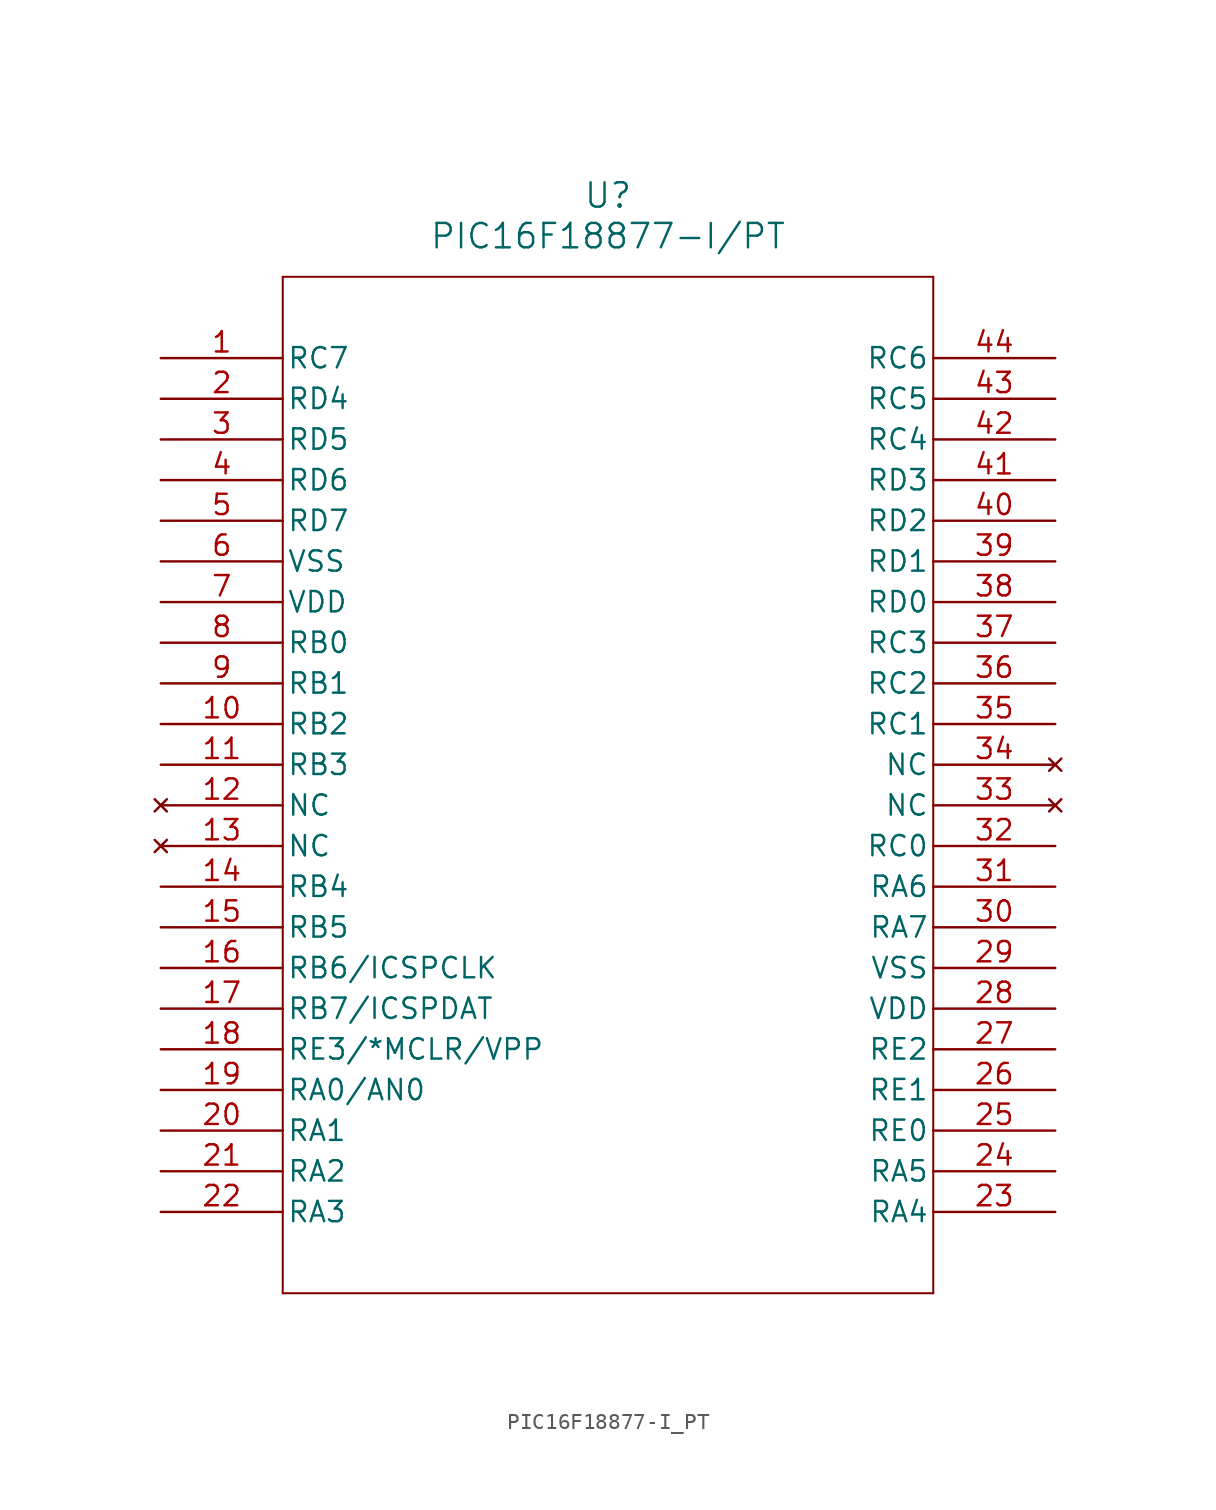
<source format=kicad_sym>
(kicad_symbol_lib
  (version 20211014)
  (generator kicad_symbol_editor)
  (symbol "PIC16F18877-I_PT"
    (pin_names
      (offset 0.254))
    (property "Reference" "U"
      (at 27.94 10.16 0)
      (effects (font (size 1.524 1.524))))
    (property "Value" "PIC16F18877-I/PT"
      (at 27.94 7.62 0)
      (effects (font (size 1.524 1.524))))
    (symbol "PIC16F18877-I_PT_0_1"
      (polyline (pts (xy 7.62 5.08) (xy 7.62 -58.42)) (stroke (width 0.127) (type default) (color 0 0 0 0)) (fill (type none)))
      (polyline (pts (xy 7.62 -58.42) (xy 48.26 -58.42)) (stroke (width 0.127) (type default) (color 0 0 0 0)) (fill (type none)))
      (polyline (pts (xy 48.26 -58.42) (xy 48.26 5.08)) (stroke (width 0.127) (type default) (color 0 0 0 0)) (fill (type none)))
      (polyline (pts (xy 48.26 5.08) (xy 7.62 5.08)) (stroke (width 0.127) (type default) (color 0 0 0 0)) (fill (type none)))
      (pin bidirectional line (at 0 0 0) (length 7.62) (name "RC7" (effects (font (size 1.27 1.27)))) (number "1" (effects (font (size 1.27 1.27)))))
      (pin bidirectional line (at 0 -2.54 0) (length 7.62) (name "RD4" (effects (font (size 1.27 1.27)))) (number "2" (effects (font (size 1.27 1.27)))))
      (pin bidirectional line (at 0 -5.08 0) (length 7.62) (name "RD5" (effects (font (size 1.27 1.27)))) (number "3" (effects (font (size 1.27 1.27)))))
      (pin bidirectional line (at 0 -7.62 0) (length 7.62) (name "RD6" (effects (font (size 1.27 1.27)))) (number "4" (effects (font (size 1.27 1.27)))))
      (pin bidirectional line (at 0 -10.16 0) (length 7.62) (name "RD7" (effects (font (size 1.27 1.27)))) (number "5" (effects (font (size 1.27 1.27)))))
      (pin power_out line (at 0 -12.7 0) (length 7.62) (name "VSS" (effects (font (size 1.27 1.27)))) (number "6" (effects (font (size 1.27 1.27)))))
      (pin power_in line (at 0 -15.24 0) (length 7.62) (name "VDD" (effects (font (size 1.27 1.27)))) (number "7" (effects (font (size 1.27 1.27)))))
      (pin bidirectional line (at 0 -17.78 0) (length 7.62) (name "RB0" (effects (font (size 1.27 1.27)))) (number "8" (effects (font (size 1.27 1.27)))))
      (pin bidirectional line (at 0 -20.32 0) (length 7.62) (name "RB1" (effects (font (size 1.27 1.27)))) (number "9" (effects (font (size 1.27 1.27)))))
      (pin bidirectional line (at 0 -22.86 0) (length 7.62) (name "RB2" (effects (font (size 1.27 1.27)))) (number "10" (effects (font (size 1.27 1.27)))))
      (pin bidirectional line (at 0 -25.4 0) (length 7.62) (name "RB3" (effects (font (size 1.27 1.27)))) (number "11" (effects (font (size 1.27 1.27)))))
      (pin no_connect line (at 0 -27.94 0) (length 7.62) (name "NC" (effects (font (size 1.27 1.27)))) (number "12" (effects (font (size 1.27 1.27)))))
      (pin no_connect line (at 0 -30.48 0) (length 7.62) (name "NC" (effects (font (size 1.27 1.27)))) (number "13" (effects (font (size 1.27 1.27)))))
      (pin bidirectional line (at 0 -33.02 0) (length 7.62) (name "RB4" (effects (font (size 1.27 1.27)))) (number "14" (effects (font (size 1.27 1.27)))))
      (pin bidirectional line (at 0 -35.56 0) (length 7.62) (name "RB5" (effects (font (size 1.27 1.27)))) (number "15" (effects (font (size 1.27 1.27)))))
      (pin bidirectional line (at 0 -38.1 0) (length 7.62) (name "RB6/ICSPCLK" (effects (font (size 1.27 1.27)))) (number "16" (effects (font (size 1.27 1.27)))))
      (pin bidirectional line (at 0 -40.64 0) (length 7.62) (name "RB7/ICSPDAT" (effects (font (size 1.27 1.27)))) (number "17" (effects (font (size 1.27 1.27)))))
      (pin bidirectional line (at 0 -43.18 0) (length 7.62) (name "RE3/*MCLR/VPP" (effects (font (size 1.27 1.27)))) (number "18" (effects (font (size 1.27 1.27)))))
      (pin bidirectional line (at 0 -45.72 0) (length 7.62) (name "RA0/AN0" (effects (font (size 1.27 1.27)))) (number "19" (effects (font (size 1.27 1.27)))))
      (pin bidirectional line (at 0 -48.26 0) (length 7.62) (name "RA1" (effects (font (size 1.27 1.27)))) (number "20" (effects (font (size 1.27 1.27)))))
      (pin bidirectional line (at 0 -50.8 0) (length 7.62) (name "RA2" (effects (font (size 1.27 1.27)))) (number "21" (effects (font (size 1.27 1.27)))))
      (pin bidirectional line (at 0 -53.34 0) (length 7.62) (name "RA3" (effects (font (size 1.27 1.27)))) (number "22" (effects (font (size 1.27 1.27)))))
      (pin bidirectional line (at 55.88 -53.34 180) (length 7.62) (name "RA4" (effects (font (size 1.27 1.27)))) (number "23" (effects (font (size 1.27 1.27)))))
      (pin bidirectional line (at 55.88 -50.8 180) (length 7.62) (name "RA5" (effects (font (size 1.27 1.27)))) (number "24" (effects (font (size 1.27 1.27)))))
      (pin bidirectional line (at 55.88 -48.26 180) (length 7.62) (name "RE0" (effects (font (size 1.27 1.27)))) (number "25" (effects (font (size 1.27 1.27)))))
      (pin bidirectional line (at 55.88 -45.72 180) (length 7.62) (name "RE1" (effects (font (size 1.27 1.27)))) (number "26" (effects (font (size 1.27 1.27)))))
      (pin bidirectional line (at 55.88 -43.18 180) (length 7.62) (name "RE2" (effects (font (size 1.27 1.27)))) (number "27" (effects (font (size 1.27 1.27)))))
      (pin power_in line (at 55.88 -40.64 180) (length 7.62) (name "VDD" (effects (font (size 1.27 1.27)))) (number "28" (effects (font (size 1.27 1.27)))))
      (pin power_out line (at 55.88 -38.1 180) (length 7.62) (name "VSS" (effects (font (size 1.27 1.27)))) (number "29" (effects (font (size 1.27 1.27)))))
      (pin bidirectional line (at 55.88 -35.56 180) (length 7.62) (name "RA7" (effects (font (size 1.27 1.27)))) (number "30" (effects (font (size 1.27 1.27)))))
      (pin bidirectional line (at 55.88 -33.02 180) (length 7.62) (name "RA6" (effects (font (size 1.27 1.27)))) (number "31" (effects (font (size 1.27 1.27)))))
      (pin bidirectional line (at 55.88 -30.48 180) (length 7.62) (name "RC0" (effects (font (size 1.27 1.27)))) (number "32" (effects (font (size 1.27 1.27)))))
      (pin no_connect line (at 55.88 -27.94 180) (length 7.62) (name "NC" (effects (font (size 1.27 1.27)))) (number "33" (effects (font (size 1.27 1.27)))))
      (pin no_connect line (at 55.88 -25.4 180) (length 7.62) (name "NC" (effects (font (size 1.27 1.27)))) (number "34" (effects (font (size 1.27 1.27)))))
      (pin bidirectional line (at 55.88 -22.86 180) (length 7.62) (name "RC1" (effects (font (size 1.27 1.27)))) (number "35" (effects (font (size 1.27 1.27)))))
      (pin bidirectional line (at 55.88 -20.32 180) (length 7.62) (name "RC2" (effects (font (size 1.27 1.27)))) (number "36" (effects (font (size 1.27 1.27)))))
      (pin bidirectional line (at 55.88 -17.78 180) (length 7.62) (name "RC3" (effects (font (size 1.27 1.27)))) (number "37" (effects (font (size 1.27 1.27)))))
      (pin bidirectional line (at 55.88 -15.24 180) (length 7.62) (name "RD0" (effects (font (size 1.27 1.27)))) (number "38" (effects (font (size 1.27 1.27)))))
      (pin bidirectional line (at 55.88 -12.7 180) (length 7.62) (name "RD1" (effects (font (size 1.27 1.27)))) (number "39" (effects (font (size 1.27 1.27)))))
      (pin bidirectional line (at 55.88 -10.16 180) (length 7.62) (name "RD2" (effects (font (size 1.27 1.27)))) (number "40" (effects (font (size 1.27 1.27)))))
      (pin bidirectional line (at 55.88 -7.62 180) (length 7.62) (name "RD3" (effects (font (size 1.27 1.27)))) (number "41" (effects (font (size 1.27 1.27)))))
      (pin bidirectional line (at 55.88 -5.08 180) (length 7.62) (name "RC4" (effects (font (size 1.27 1.27)))) (number "42" (effects (font (size 1.27 1.27)))))
      (pin bidirectional line (at 55.88 -2.54 180) (length 7.62) (name "RC5" (effects (font (size 1.27 1.27)))) (number "43" (effects (font (size 1.27 1.27)))))
      (pin bidirectional line (at 55.88 0 180) (length 7.62) (name "RC6" (effects (font (size 1.27 1.27)))) (number "44" (effects (font (size 1.27 1.27))))))))
</source>
